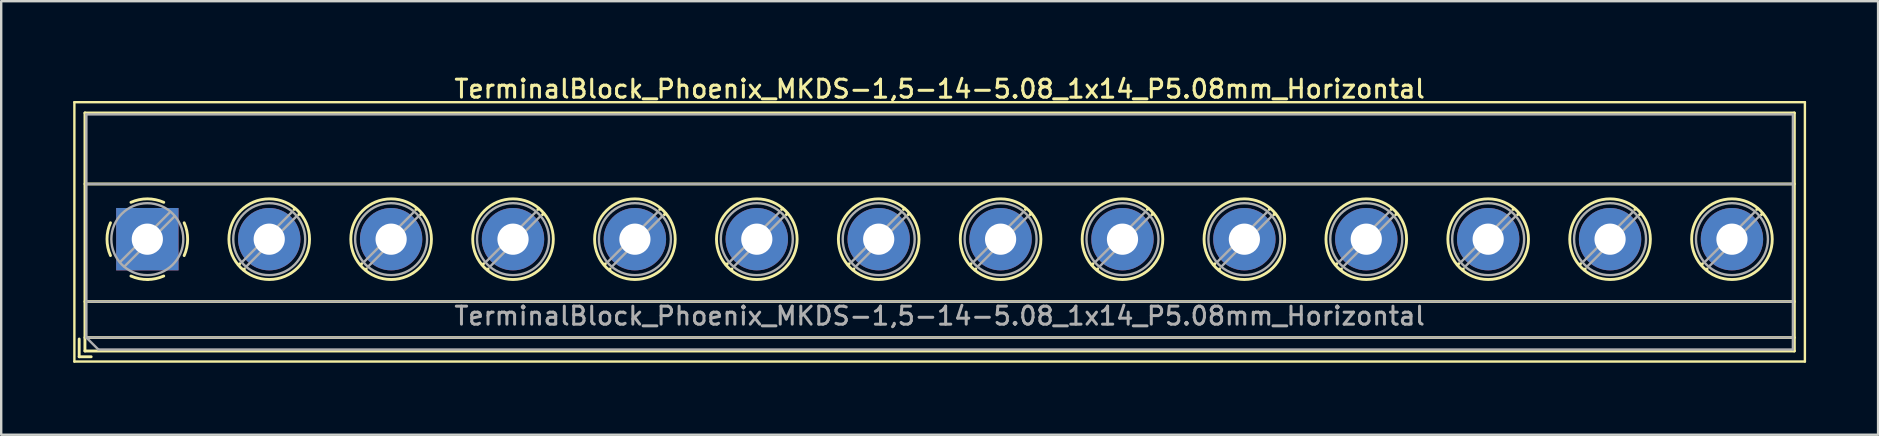
<source format=kicad_pcb>
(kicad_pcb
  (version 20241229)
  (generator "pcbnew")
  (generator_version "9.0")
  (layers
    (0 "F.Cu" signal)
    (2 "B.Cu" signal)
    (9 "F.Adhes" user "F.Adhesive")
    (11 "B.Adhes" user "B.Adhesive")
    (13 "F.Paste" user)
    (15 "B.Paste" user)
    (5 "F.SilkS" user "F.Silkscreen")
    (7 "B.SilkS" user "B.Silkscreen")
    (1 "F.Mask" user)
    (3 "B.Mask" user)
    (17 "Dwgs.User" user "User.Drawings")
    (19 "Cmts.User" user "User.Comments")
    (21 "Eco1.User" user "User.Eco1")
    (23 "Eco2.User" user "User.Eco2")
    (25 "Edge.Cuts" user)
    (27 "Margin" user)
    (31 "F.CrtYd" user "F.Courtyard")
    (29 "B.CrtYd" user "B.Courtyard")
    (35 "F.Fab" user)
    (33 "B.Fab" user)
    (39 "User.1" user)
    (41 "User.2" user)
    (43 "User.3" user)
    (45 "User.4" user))
  (footprint "TerminalBlock_Phoenix_MKDS-1,5-14-5.08_1x14_P5.08mm_Horizontal"
    (layer "F.Cu")
    (at 3.09 6.918)
    (property "Reference" "TerminalBlock_Phoenix_MKDS-1,5-14-5.08_1x14_P5.08mm_Horizontal" (at 33.02 -6.26 0) (layer "F.SilkS") (effects (font (size 0.75 0.75) (thickness 0.125))))
    (attr through_hole)
    (fp_line (start -3.04 -5.71) (end -3.04 5.1) (stroke (width 0.1) (type solid)) (layer "F.SilkS"))
    (fp_line (start -3.04 5.1) (end 69.08 5.1) (stroke (width 0.1) (type solid)) (layer "F.SilkS"))
    (fp_line (start -2.84 4.16) (end -2.84 4.9) (stroke (width 0.12) (type solid)) (layer "F.SilkS"))
    (fp_line (start -2.84 4.9) (end -2.34 4.9) (stroke (width 0.12) (type solid)) (layer "F.SilkS"))
    (fp_line (start -2.6 -5.261) (end -2.6 4.66) (stroke (width 0.12) (type solid)) (layer "F.SilkS"))
    (fp_line (start -2.6 -5.261) (end 68.641 -5.261) (stroke (width 0.12) (type solid)) (layer "F.SilkS"))
    (fp_line (start -2.6 -2.301) (end 68.641 -2.301) (stroke (width 0.12) (type solid)) (layer "F.SilkS"))
    (fp_line (start -2.6 2.6) (end 68.641 2.6) (stroke (width 0.12) (type solid)) (layer "F.SilkS"))
    (fp_line (start -2.6 4.1) (end 68.641 4.1) (stroke (width 0.12) (type solid)) (layer "F.SilkS"))
    (fp_line (start -2.6 4.66) (end 68.641 4.66) (stroke (width 0.12) (type solid)) (layer "F.SilkS"))
    (fp_line (start 3.853 1.023) (end 3.806 1.069) (stroke (width 0.12) (type solid)) (layer "F.SilkS"))
    (fp_line (start 4.046 1.239) (end 4.011 1.274) (stroke (width 0.12) (type solid)) (layer "F.SilkS"))
    (fp_line (start 6.15 -1.275) (end 6.115 -1.239) (stroke (width 0.12) (type solid)) (layer "F.SilkS"))
    (fp_line (start 6.355 -1.069) (end 6.308 -1.023) (stroke (width 0.12) (type solid)) (layer "F.SilkS"))
    (fp_line (start 8.933 1.023) (end 8.886 1.069) (stroke (width 0.12) (type solid)) (layer "F.SilkS"))
    (fp_line (start 9.126 1.239) (end 9.091 1.274) (stroke (width 0.12) (type solid)) (layer "F.SilkS"))
    (fp_line (start 11.23 -1.275) (end 11.195 -1.239) (stroke (width 0.12) (type solid)) (layer "F.SilkS"))
    (fp_line (start 11.435 -1.069) (end 11.388 -1.023) (stroke (width 0.12) (type solid)) (layer "F.SilkS"))
    (fp_line (start 14.013 1.023) (end 13.966 1.069) (stroke (width 0.12) (type solid)) (layer "F.SilkS"))
    (fp_line (start 14.206 1.239) (end 14.171 1.274) (stroke (width 0.12) (type solid)) (layer "F.SilkS"))
    (fp_line (start 16.31 -1.275) (end 16.275 -1.239) (stroke (width 0.12) (type solid)) (layer "F.SilkS"))
    (fp_line (start 16.515 -1.069) (end 16.468 -1.023) (stroke (width 0.12) (type solid)) (layer "F.SilkS"))
    (fp_line (start 19.093 1.023) (end 19.046 1.069) (stroke (width 0.12) (type solid)) (layer "F.SilkS"))
    (fp_line (start 19.286 1.239) (end 19.251 1.274) (stroke (width 0.12) (type solid)) (layer "F.SilkS"))
    (fp_line (start 21.39 -1.275) (end 21.355 -1.239) (stroke (width 0.12) (type solid)) (layer "F.SilkS"))
    (fp_line (start 21.595 -1.069) (end 21.548 -1.023) (stroke (width 0.12) (type solid)) (layer "F.SilkS"))
    (fp_line (start 24.173 1.023) (end 24.126 1.069) (stroke (width 0.12) (type solid)) (layer "F.SilkS"))
    (fp_line (start 24.366 1.239) (end 24.331 1.274) (stroke (width 0.12) (type solid)) (layer "F.SilkS"))
    (fp_line (start 26.47 -1.275) (end 26.435 -1.239) (stroke (width 0.12) (type solid)) (layer "F.SilkS"))
    (fp_line (start 26.675 -1.069) (end 26.628 -1.023) (stroke (width 0.12) (type solid)) (layer "F.SilkS"))
    (fp_line (start 29.253 1.023) (end 29.206 1.069) (stroke (width 0.12) (type solid)) (layer "F.SilkS"))
    (fp_line (start 29.446 1.239) (end 29.411 1.274) (stroke (width 0.12) (type solid)) (layer "F.SilkS"))
    (fp_line (start 31.55 -1.275) (end 31.515 -1.239) (stroke (width 0.12) (type solid)) (layer "F.SilkS"))
    (fp_line (start 31.755 -1.069) (end 31.708 -1.023) (stroke (width 0.12) (type solid)) (layer "F.SilkS"))
    (fp_line (start 34.333 1.023) (end 34.286 1.069) (stroke (width 0.12) (type solid)) (layer "F.SilkS"))
    (fp_line (start 34.526 1.239) (end 34.491 1.274) (stroke (width 0.12) (type solid)) (layer "F.SilkS"))
    (fp_line (start 36.63 -1.275) (end 36.595 -1.239) (stroke (width 0.12) (type solid)) (layer "F.SilkS"))
    (fp_line (start 36.835 -1.069) (end 36.788 -1.023) (stroke (width 0.12) (type solid)) (layer "F.SilkS"))
    (fp_line (start 39.413 1.023) (end 39.366 1.069) (stroke (width 0.12) (type solid)) (layer "F.SilkS"))
    (fp_line (start 39.606 1.239) (end 39.571 1.274) (stroke (width 0.12) (type solid)) (layer "F.SilkS"))
    (fp_line (start 41.71 -1.275) (end 41.675 -1.239) (stroke (width 0.12) (type solid)) (layer "F.SilkS"))
    (fp_line (start 41.915 -1.069) (end 41.868 -1.023) (stroke (width 0.12) (type solid)) (layer "F.SilkS"))
    (fp_line (start 44.493 1.023) (end 44.446 1.069) (stroke (width 0.12) (type solid)) (layer "F.SilkS"))
    (fp_line (start 44.686 1.239) (end 44.651 1.274) (stroke (width 0.12) (type solid)) (layer "F.SilkS"))
    (fp_line (start 46.79 -1.275) (end 46.755 -1.239) (stroke (width 0.12) (type solid)) (layer "F.SilkS"))
    (fp_line (start 46.995 -1.069) (end 46.948 -1.023) (stroke (width 0.12) (type solid)) (layer "F.SilkS"))
    (fp_line (start 49.573 1.023) (end 49.526 1.069) (stroke (width 0.12) (type solid)) (layer "F.SilkS"))
    (fp_line (start 49.766 1.239) (end 49.731 1.274) (stroke (width 0.12) (type solid)) (layer "F.SilkS"))
    (fp_line (start 51.87 -1.275) (end 51.835 -1.239) (stroke (width 0.12) (type solid)) (layer "F.SilkS"))
    (fp_line (start 52.075 -1.069) (end 52.028 -1.023) (stroke (width 0.12) (type solid)) (layer "F.SilkS"))
    (fp_line (start 54.653 1.023) (end 54.606 1.069) (stroke (width 0.12) (type solid)) (layer "F.SilkS"))
    (fp_line (start 54.846 1.239) (end 54.811 1.274) (stroke (width 0.12) (type solid)) (layer "F.SilkS"))
    (fp_line (start 56.95 -1.275) (end 56.915 -1.239) (stroke (width 0.12) (type solid)) (layer "F.SilkS"))
    (fp_line (start 57.155 -1.069) (end 57.108 -1.023) (stroke (width 0.12) (type solid)) (layer "F.SilkS"))
    (fp_line (start 59.733 1.023) (end 59.686 1.069) (stroke (width 0.12) (type solid)) (layer "F.SilkS"))
    (fp_line (start 59.926 1.239) (end 59.891 1.274) (stroke (width 0.12) (type solid)) (layer "F.SilkS"))
    (fp_line (start 62.03 -1.275) (end 61.995 -1.239) (stroke (width 0.12) (type solid)) (layer "F.SilkS"))
    (fp_line (start 62.235 -1.069) (end 62.188 -1.023) (stroke (width 0.12) (type solid)) (layer "F.SilkS"))
    (fp_line (start 64.813 1.023) (end 64.766 1.069) (stroke (width 0.12) (type solid)) (layer "F.SilkS"))
    (fp_line (start 65.006 1.239) (end 64.971 1.274) (stroke (width 0.12) (type solid)) (layer "F.SilkS"))
    (fp_line (start 67.11 -1.275) (end 67.075 -1.239) (stroke (width 0.12) (type solid)) (layer "F.SilkS"))
    (fp_line (start 67.315 -1.069) (end 67.268 -1.023) (stroke (width 0.12) (type solid)) (layer "F.SilkS"))
    (fp_line (start 68.641 -5.261) (end 68.641 4.66) (stroke (width 0.12) (type solid)) (layer "F.SilkS"))
    (fp_line (start 69.08 -5.71) (end -3.04 -5.71) (stroke (width 0.1) (type solid)) (layer "F.SilkS"))
    (fp_line (start 69.08 5.1) (end 69.08 -5.71) (stroke (width 0.1) (type solid)) (layer "F.SilkS"))
    (fp_arc (start -1.535427 0.683042) (mid -1.680501 -0.000524) (end -1.535 -0.684) (stroke (width 0.12) (type solid)) (layer "F.SilkS"))
    (fp_arc (start -0.683042 -1.535427) (mid 0.000524 -1.680501) (end 0.684 -1.535) (stroke (width 0.12) (type solid)) (layer "F.SilkS"))
    (fp_arc (start 0.028805 1.680253) (mid -0.335551 1.646659) (end -0.684 1.535) (stroke (width 0.12) (type solid)) (layer "F.SilkS"))
    (fp_arc (start 0.683318 1.534756) (mid 0.349292 1.643288) (end 0 1.68) (stroke (width 0.12) (type solid)) (layer "F.SilkS"))
    (fp_arc (start 1.535427 -0.683042) (mid 1.680501 0.000524) (end 1.535 0.684) (stroke (width 0.12) (type solid)) (layer "F.SilkS"))
    (fp_circle (center 5.08 0) (end 6.76 0) (stroke (width 0.12) (type solid)) (fill no) (layer "F.SilkS"))
    (fp_circle (center 10.16 0) (end 11.84 0) (stroke (width 0.12) (type solid)) (fill no) (layer "F.SilkS"))
    (fp_circle (center 15.24 0) (end 16.92 0) (stroke (width 0.12) (type solid)) (fill no) (layer "F.SilkS"))
    (fp_circle (center 20.32 0) (end 22 0) (stroke (width 0.12) (type solid)) (fill no) (layer "F.SilkS"))
    (fp_circle (center 25.4 0) (end 27.08 0) (stroke (width 0.12) (type solid)) (fill no) (layer "F.SilkS"))
    (fp_circle (center 30.48 0) (end 32.16 0) (stroke (width 0.12) (type solid)) (fill no) (layer "F.SilkS"))
    (fp_circle (center 35.56 0) (end 37.24 0) (stroke (width 0.12) (type solid)) (fill no) (layer "F.SilkS"))
    (fp_circle (center 40.64 0) (end 42.32 0) (stroke (width 0.12) (type solid)) (fill no) (layer "F.SilkS"))
    (fp_circle (center 45.72 0) (end 47.4 0) (stroke (width 0.12) (type solid)) (fill no) (layer "F.SilkS"))
    (fp_circle (center 50.8 0) (end 52.48 0) (stroke (width 0.12) (type solid)) (fill no) (layer "F.SilkS"))
    (fp_circle (center 55.88 0) (end 57.56 0) (stroke (width 0.12) (type solid)) (fill no) (layer "F.SilkS"))
    (fp_circle (center 60.96 0) (end 62.64 0) (stroke (width 0.12) (type solid)) (fill no) (layer "F.SilkS"))
    (fp_circle (center 66.04 0) (end 67.72 0) (stroke (width 0.12) (type solid)) (fill no) (layer "F.SilkS"))
    (fp_line (start -2.54 -5.2) (end 68.58 -5.2) (stroke (width 0.1) (type solid)) (layer "F.Fab"))
    (fp_line (start -2.54 -2.3) (end 68.58 -2.3) (stroke (width 0.1) (type solid)) (layer "F.Fab"))
    (fp_line (start -2.54 2.6) (end 68.58 2.6) (stroke (width 0.1) (type solid)) (layer "F.Fab"))
    (fp_line (start -2.54 4.1) (end -2.54 -5.2) (stroke (width 0.1) (type solid)) (layer "F.Fab"))
    (fp_line (start -2.54 4.1) (end 68.58 4.1) (stroke (width 0.1) (type solid)) (layer "F.Fab"))
    (fp_line (start -2.04 4.6) (end -2.54 4.1) (stroke (width 0.1) (type solid)) (layer "F.Fab"))
    (fp_line (start 0.955 -1.138) (end -1.138 0.955) (stroke (width 0.1) (type solid)) (layer "F.Fab"))
    (fp_line (start 1.138 -0.955) (end -0.955 1.138) (stroke (width 0.1) (type solid)) (layer "F.Fab"))
    (fp_line (start 6.035 -1.138) (end 3.943 0.955) (stroke (width 0.1) (type solid)) (layer "F.Fab"))
    (fp_line (start 6.218 -0.955) (end 4.126 1.138) (stroke (width 0.1) (type solid)) (layer "F.Fab"))
    (fp_line (start 11.115 -1.138) (end 9.023 0.955) (stroke (width 0.1) (type solid)) (layer "F.Fab"))
    (fp_line (start 11.298 -0.955) (end 9.206 1.138) (stroke (width 0.1) (type solid)) (layer "F.Fab"))
    (fp_line (start 16.195 -1.138) (end 14.103 0.955) (stroke (width 0.1) (type solid)) (layer "F.Fab"))
    (fp_line (start 16.378 -0.955) (end 14.286 1.138) (stroke (width 0.1) (type solid)) (layer "F.Fab"))
    (fp_line (start 21.275 -1.138) (end 19.183 0.955) (stroke (width 0.1) (type solid)) (layer "F.Fab"))
    (fp_line (start 21.458 -0.955) (end 19.366 1.138) (stroke (width 0.1) (type solid)) (layer "F.Fab"))
    (fp_line (start 26.355 -1.138) (end 24.263 0.955) (stroke (width 0.1) (type solid)) (layer "F.Fab"))
    (fp_line (start 26.538 -0.955) (end 24.446 1.138) (stroke (width 0.1) (type solid)) (layer "F.Fab"))
    (fp_line (start 31.435 -1.138) (end 29.343 0.955) (stroke (width 0.1) (type solid)) (layer "F.Fab"))
    (fp_line (start 31.618 -0.955) (end 29.526 1.138) (stroke (width 0.1) (type solid)) (layer "F.Fab"))
    (fp_line (start 36.515 -1.138) (end 34.423 0.955) (stroke (width 0.1) (type solid)) (layer "F.Fab"))
    (fp_line (start 36.698 -0.955) (end 34.606 1.138) (stroke (width 0.1) (type solid)) (layer "F.Fab"))
    (fp_line (start 41.595 -1.138) (end 39.503 0.955) (stroke (width 0.1) (type solid)) (layer "F.Fab"))
    (fp_line (start 41.778 -0.955) (end 39.686 1.138) (stroke (width 0.1) (type solid)) (layer "F.Fab"))
    (fp_line (start 46.675 -1.138) (end 44.583 0.955) (stroke (width 0.1) (type solid)) (layer "F.Fab"))
    (fp_line (start 46.858 -0.955) (end 44.766 1.138) (stroke (width 0.1) (type solid)) (layer "F.Fab"))
    (fp_line (start 51.755 -1.138) (end 49.663 0.955) (stroke (width 0.1) (type solid)) (layer "F.Fab"))
    (fp_line (start 51.938 -0.955) (end 49.846 1.138) (stroke (width 0.1) (type solid)) (layer "F.Fab"))
    (fp_line (start 56.835 -1.138) (end 54.743 0.955) (stroke (width 0.1) (type solid)) (layer "F.Fab"))
    (fp_line (start 57.018 -0.955) (end 54.926 1.138) (stroke (width 0.1) (type solid)) (layer "F.Fab"))
    (fp_line (start 61.915 -1.138) (end 59.823 0.955) (stroke (width 0.1) (type solid)) (layer "F.Fab"))
    (fp_line (start 62.098 -0.955) (end 60.006 1.138) (stroke (width 0.1) (type solid)) (layer "F.Fab"))
    (fp_line (start 66.995 -1.138) (end 64.903 0.955) (stroke (width 0.1) (type solid)) (layer "F.Fab"))
    (fp_line (start 67.178 -0.955) (end 65.086 1.138) (stroke (width 0.1) (type solid)) (layer "F.Fab"))
    (fp_line (start 68.58 -5.2) (end 68.58 4.6) (stroke (width 0.1) (type solid)) (layer "F.Fab"))
    (fp_line (start 68.58 4.6) (end -2.04 4.6) (stroke (width 0.1) (type solid)) (layer "F.Fab"))
    (fp_circle (center 0 0) (end 1.5 0) (stroke (width 0.1) (type solid)) (fill no) (layer "F.Fab"))
    (fp_circle (center 5.08 0) (end 6.58 0) (stroke (width 0.1) (type solid)) (fill no) (layer "F.Fab"))
    (fp_circle (center 10.16 0) (end 11.66 0) (stroke (width 0.1) (type solid)) (fill no) (layer "F.Fab"))
    (fp_circle (center 15.24 0) (end 16.74 0) (stroke (width 0.1) (type solid)) (fill no) (layer "F.Fab"))
    (fp_circle (center 20.32 0) (end 21.82 0) (stroke (width 0.1) (type solid)) (fill no) (layer "F.Fab"))
    (fp_circle (center 25.4 0) (end 26.9 0) (stroke (width 0.1) (type solid)) (fill no) (layer "F.Fab"))
    (fp_circle (center 30.48 0) (end 31.98 0) (stroke (width 0.1) (type solid)) (fill no) (layer "F.Fab"))
    (fp_circle (center 35.56 0) (end 37.06 0) (stroke (width 0.1) (type solid)) (fill no) (layer "F.Fab"))
    (fp_circle (center 40.64 0) (end 42.14 0) (stroke (width 0.1) (type solid)) (fill no) (layer "F.Fab"))
    (fp_circle (center 45.72 0) (end 47.22 0) (stroke (width 0.1) (type solid)) (fill no) (layer "F.Fab"))
    (fp_circle (center 50.8 0) (end 52.3 0) (stroke (width 0.1) (type solid)) (fill no) (layer "F.Fab"))
    (fp_circle (center 55.88 0) (end 57.38 0) (stroke (width 0.1) (type solid)) (fill no) (layer "F.Fab"))
    (fp_circle (center 60.96 0) (end 62.46 0) (stroke (width 0.1) (type solid)) (fill no) (layer "F.Fab"))
    (fp_circle (center 66.04 0) (end 67.54 0) (stroke (width 0.1) (type solid)) (fill no) (layer "F.Fab"))
    (fp_text user "${REFERENCE}" (at 33.02 3.2 0) (layer "F.Fab") (effects (font (size 0.75 0.75) (thickness 0.125))))
    (pad "1" thru_hole rect (at 0 0) (size 2.6 2.6) (drill 1.3) (layers "*.Cu" "*.Mask"))
    (pad "2" thru_hole circle (at 5.08 0) (size 2.6 2.6) (drill 1.3) (layers "*.Cu" "*.Mask"))
    (pad "3" thru_hole circle (at 10.16 0) (size 2.6 2.6) (drill 1.3) (layers "*.Cu" "*.Mask"))
    (pad "4" thru_hole circle (at 15.24 0) (size 2.6 2.6) (drill 1.3) (layers "*.Cu" "*.Mask"))
    (pad "5" thru_hole circle (at 20.32 0) (size 2.6 2.6) (drill 1.3) (layers "*.Cu" "*.Mask"))
    (pad "6" thru_hole circle (at 25.4 0) (size 2.6 2.6) (drill 1.3) (layers "*.Cu" "*.Mask"))
    (pad "7" thru_hole circle (at 30.48 0) (size 2.6 2.6) (drill 1.3) (layers "*.Cu" "*.Mask"))
    (pad "8" thru_hole circle (at 35.56 0) (size 2.6 2.6) (drill 1.3) (layers "*.Cu" "*.Mask"))
    (pad "9" thru_hole circle (at 40.64 0) (size 2.6 2.6) (drill 1.3) (layers "*.Cu" "*.Mask"))
    (pad "10" thru_hole circle (at 45.72 0) (size 2.6 2.6) (drill 1.3) (layers "*.Cu" "*.Mask"))
    (pad "11" thru_hole circle (at 50.8 0) (size 2.6 2.6) (drill 1.3) (layers "*.Cu" "*.Mask"))
    (pad "12" thru_hole circle (at 55.88 0) (size 2.6 2.6) (drill 1.3) (layers "*.Cu" "*.Mask"))
    (pad "13" thru_hole circle (at 60.96 0) (size 2.6 2.6) (drill 1.3) (layers "*.Cu" "*.Mask"))
    (pad "14" thru_hole circle (at 66.04 0) (size 2.6 2.6) (drill 1.3) (layers "*.Cu" "*.Mask")))
  (gr_rect
    (start -3 -3)
    (end 75.22 15.068)
    (stroke (width 0.1) (type default))
    (fill no)
    (layer "Edge.Cuts")))
</source>
